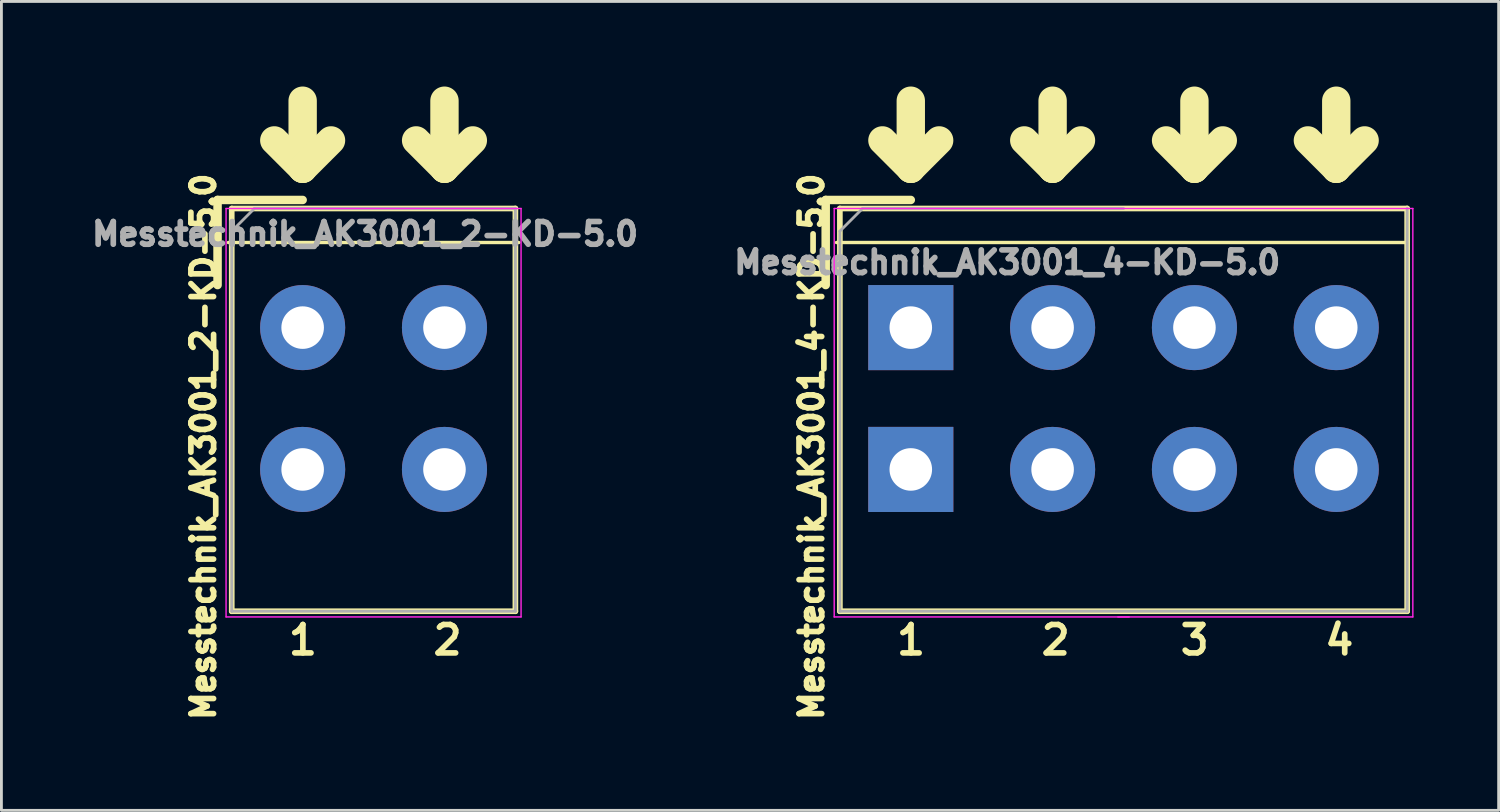
<source format=kicad_pcb>
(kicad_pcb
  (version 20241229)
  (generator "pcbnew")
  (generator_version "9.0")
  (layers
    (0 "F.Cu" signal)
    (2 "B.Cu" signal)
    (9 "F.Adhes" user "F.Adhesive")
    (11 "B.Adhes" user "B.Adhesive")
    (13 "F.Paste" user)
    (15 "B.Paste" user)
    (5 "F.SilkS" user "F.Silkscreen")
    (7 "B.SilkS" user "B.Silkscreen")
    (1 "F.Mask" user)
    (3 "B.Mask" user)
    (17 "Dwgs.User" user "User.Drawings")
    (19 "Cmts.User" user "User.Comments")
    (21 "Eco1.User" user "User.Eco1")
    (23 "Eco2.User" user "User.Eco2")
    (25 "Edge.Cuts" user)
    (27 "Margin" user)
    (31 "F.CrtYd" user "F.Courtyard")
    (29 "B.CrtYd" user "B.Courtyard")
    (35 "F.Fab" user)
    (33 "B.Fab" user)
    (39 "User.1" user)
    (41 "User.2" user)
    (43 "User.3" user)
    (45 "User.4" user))
  (footprint "Messtechnik_AK3001_2-KD-5.0"
    (layer "F.Cu")
    (at 7.62 8.5)
    (property "Reference" "Messtechnik_AK3001_2-KD-5.0" (at -3.5 4.2 270) (layer "F.SilkS") (effects (font (size 0.8 0.8) (thickness 0.2) (bold yes))))
    (attr through_hole)
    (fp_line (start -3 -4.5) (end 0 -4.5) (stroke (width 0.3) (type solid)) (layer "F.SilkS"))
    (fp_line (start -3 -1.5) (end -3 -4.5) (stroke (width 0.3) (type solid)) (layer "F.SilkS"))
    (fp_line (start -2.62 -3) (end 7.62 -3) (stroke (width 0.12) (type solid)) (layer "F.SilkS"))
    (fp_line (start -2.5 -4.2) (end -2.5 10) (stroke (width 0.2) (type solid)) (layer "F.SilkS"))
    (fp_line (start -2.5 -4.2) (end 7.5 -4.2) (stroke (width 0.2) (type solid)) (layer "F.SilkS"))
    (fp_line (start -2.5 10) (end 7.5 10) (stroke (width 0.2) (type solid)) (layer "F.SilkS"))
    (fp_line (start 0 -8) (end 0 -6) (stroke (width 1) (type default)) (layer "F.SilkS"))
    (fp_line (start 0 -7.6) (end 0 -5.6) (stroke (width 0.1) (type default)) (layer "F.SilkS"))
    (fp_line (start 0 -5.6) (end -1 -6.6) (stroke (width 1) (type default)) (layer "F.SilkS"))
    (fp_line (start 0 -5.6) (end 0 -5.6) (stroke (width 1) (type default)) (layer "F.SilkS"))
    (fp_line (start 0 -5.6) (end 1 -6.6) (stroke (width 1) (type default)) (layer "F.SilkS"))
    (fp_line (start 5 -8) (end 5 -6) (stroke (width 1) (type default)) (layer "F.SilkS"))
    (fp_line (start 5 -7.6) (end 5 -5.6) (stroke (width 0.1) (type default)) (layer "F.SilkS"))
    (fp_line (start 5 -5.6) (end 4 -6.6) (stroke (width 1) (type default)) (layer "F.SilkS"))
    (fp_line (start 5 -5.6) (end 5 -5.6) (stroke (width 1) (type default)) (layer "F.SilkS"))
    (fp_line (start 5 -5.6) (end 6 -6.6) (stroke (width 1) (type default)) (layer "F.SilkS"))
    (fp_line (start 7.5 -4.2) (end 7.5 10) (stroke (width 0.2) (type solid)) (layer "F.SilkS"))
    (fp_line (start -2.7 -4.2) (end -2.7 10.2) (stroke (width 0.05) (type solid)) (layer "F.CrtYd"))
    (fp_line (start -2.7 -4.2) (end 7.7 -4.2) (stroke (width 0.05) (type solid)) (layer "F.CrtYd"))
    (fp_line (start -2.7 10.2) (end 7.7 10.2) (stroke (width 0.05) (type solid)) (layer "F.CrtYd"))
    (fp_line (start 7.7 -4.2) (end 7.7 10.2) (stroke (width 0.05) (type solid)) (layer "F.CrtYd"))
    (fp_line (start -2.5 -3.4) (end -1.7 -4.2) (stroke (width 0.1) (type solid)) (layer "F.Fab"))
    (fp_line (start -2.5 10) (end -2.5 -3.4) (stroke (width 0.1) (type solid)) (layer "F.Fab"))
    (fp_line (start -1.7 -4.2) (end 7.5 -4.2) (stroke (width 0.1) (type solid)) (layer "F.Fab"))
    (fp_line (start 7.5 -4.2) (end 7.5 10) (stroke (width 0.1) (type solid)) (layer "F.Fab"))
    (fp_line (start 7.5 10) (end -2.5 10) (stroke (width 0.1) (type solid)) (layer "F.Fab"))
    (fp_text user "2" (at 4.5 11.6 0) (unlocked yes) (layer "F.SilkS") (effects (font (size 1 1) (thickness 0.2) (bold yes)) (justify left bottom)))
    (fp_text user "1" (at -0.6 11.6 0) (unlocked yes) (layer "F.SilkS") (effects (font (size 1 1) (thickness 0.2) (bold yes)) (justify left bottom)))
    (fp_text user "${REFERENCE}" (at 2.2 -3.3 180) (layer "F.Fab") (effects (font (size 0.8 0.8) (thickness 0.2) (bold yes))))
    (pad "1" thru_hole circle (at 0 0) (size 3 3) (drill 1.5) (layers "*.Cu" "*.Mask"))
    (pad "1" thru_hole circle (at 0 5) (size 3 3) (drill 1.5) (layers "*.Cu" "*.Mask"))
    (pad "2" thru_hole circle (at 5 0) (size 3 3) (drill 1.5) (layers "*.Cu" "*.Mask"))
    (pad "2" thru_hole circle (at 5 5) (size 3 3) (drill 1.5) (layers "*.Cu" "*.Mask")))
  (footprint "Messtechnik_AK3001_4-KD-5.0"
    (layer "F.Cu")
    (at 29.06 8.5)
    (property "Reference" "Messtechnik_AK3001_4-KD-5.0" (at -3.5 4.2 270) (layer "F.SilkS") (effects (font (size 0.8 0.8) (thickness 0.2) (bold yes))))
    (attr through_hole)
    (fp_line (start -3 -4.5) (end 0 -4.5) (stroke (width 0.3) (type solid)) (layer "F.SilkS"))
    (fp_line (start -3 -1.5) (end -3 -4.5) (stroke (width 0.3) (type solid)) (layer "F.SilkS"))
    (fp_line (start -2.62 -3) (end 17.5 -3) (stroke (width 0.12) (type solid)) (layer "F.SilkS"))
    (fp_line (start -2.5 -4.2) (end -2.5 10) (stroke (width 0.2) (type solid)) (layer "F.SilkS"))
    (fp_line (start -2.5 -4.2) (end 17.5 -4.2) (stroke (width 0.2) (type solid)) (layer "F.SilkS"))
    (fp_line (start -2.5 10) (end 17.5 10) (stroke (width 0.2) (type solid)) (layer "F.SilkS"))
    (fp_line (start 0 -8) (end 0 -6) (stroke (width 1) (type default)) (layer "F.SilkS"))
    (fp_line (start 0 -7.6) (end 0 -5.6) (stroke (width 0.1) (type default)) (layer "F.SilkS"))
    (fp_line (start 0 -5.6) (end -1 -6.6) (stroke (width 1) (type default)) (layer "F.SilkS"))
    (fp_line (start 0 -5.6) (end 0 -5.6) (stroke (width 1) (type default)) (layer "F.SilkS"))
    (fp_line (start 0 -5.6) (end 1 -6.6) (stroke (width 1) (type default)) (layer "F.SilkS"))
    (fp_line (start 5 -8) (end 5 -6) (stroke (width 1) (type default)) (layer "F.SilkS"))
    (fp_line (start 5 -5.6) (end 4 -6.6) (stroke (width 1) (type default)) (layer "F.SilkS"))
    (fp_line (start 5 -5.6) (end 5 -5.6) (stroke (width 1) (type default)) (layer "F.SilkS"))
    (fp_line (start 5 -5.6) (end 6 -6.6) (stroke (width 1) (type default)) (layer "F.SilkS"))
    (fp_line (start 10 -8) (end 10 -6) (stroke (width 1) (type default)) (layer "F.SilkS"))
    (fp_line (start 10 -7.6) (end 10 -5.6) (stroke (width 0.1) (type default)) (layer "F.SilkS"))
    (fp_line (start 10 -5.6) (end 9 -6.6) (stroke (width 1) (type default)) (layer "F.SilkS"))
    (fp_line (start 10 -5.6) (end 10 -5.6) (stroke (width 1) (type default)) (layer "F.SilkS"))
    (fp_line (start 10 -5.6) (end 11 -6.6) (stroke (width 1) (type default)) (layer "F.SilkS"))
    (fp_line (start 15 -8) (end 15 -6) (stroke (width 1) (type default)) (layer "F.SilkS"))
    (fp_line (start 15 -5.6) (end 14 -6.6) (stroke (width 1) (type default)) (layer "F.SilkS"))
    (fp_line (start 15 -5.6) (end 15 -5.6) (stroke (width 1) (type default)) (layer "F.SilkS"))
    (fp_line (start 15 -5.6) (end 16 -6.6) (stroke (width 1) (type default)) (layer "F.SilkS"))
    (fp_line (start 17.5 -4.2) (end 17.5 10) (stroke (width 0.2) (type solid)) (layer "F.SilkS"))
    (fp_line (start -2.7 -4.2) (end -2.7 10.2) (stroke (width 0.05) (type solid)) (layer "F.CrtYd"))
    (fp_line (start -2.7 -4.2) (end 17.7 -4.2) (stroke (width 0.05) (type solid)) (layer "F.CrtYd"))
    (fp_line (start -2.7 10.2) (end 7.7 10.2) (stroke (width 0.05) (type solid)) (layer "F.CrtYd"))
    (fp_line (start 7.3 10.2) (end 17.7 10.2) (stroke (width 0.05) (type solid)) (layer "F.CrtYd"))
    (fp_line (start 17.7 -4.2) (end 17.7 10.2) (stroke (width 0.05) (type solid)) (layer "F.CrtYd"))
    (fp_line (start -2.5 -3.4) (end -1.7 -4.2) (stroke (width 0.1) (type solid)) (layer "F.Fab"))
    (fp_line (start -2.5 10) (end -2.5 -3.4) (stroke (width 0.1) (type solid)) (layer "F.Fab"))
    (fp_line (start -1.7 -4.2) (end 7.5 -4.2) (stroke (width 0.1) (type solid)) (layer "F.Fab"))
    (fp_line (start 17.5 -4.2) (end 17.5 10) (stroke (width 0.1) (type solid)) (layer "F.Fab"))
    (fp_line (start 17.5 10) (end -2.5 10) (stroke (width 0.1) (type solid)) (layer "F.Fab"))
    (fp_text user "4" (at 14.5 11.6 0) (unlocked yes) (layer "F.SilkS") (effects (font (size 1 1) (thickness 0.2) (bold yes)) (justify left bottom)))
    (fp_text user "3" (at 9.4 11.6 0) (unlocked yes) (layer "F.SilkS") (effects (font (size 1 1) (thickness 0.2) (bold yes)) (justify left bottom)))
    (fp_text user "2" (at 4.5 11.6 0) (unlocked yes) (layer "F.SilkS") (effects (font (size 1 1) (thickness 0.2) (bold yes)) (justify left bottom)))
    (fp_text user "1" (at -0.6 11.6 0) (unlocked yes) (layer "F.SilkS") (effects (font (size 1 1) (thickness 0.2) (bold yes)) (justify left bottom)))
    (fp_text user "${REFERENCE}" (at 3.4 -2.3 180) (layer "F.Fab") (effects (font (size 0.8 0.8) (thickness 0.2) (bold yes))))
    (pad "1" thru_hole rect (at 0 0) (size 3 3) (drill 1.5) (layers "*.Cu" "*.Mask"))
    (pad "1" thru_hole rect (at 0 5) (size 3 3) (drill 1.5) (layers "*.Cu" "*.Mask"))
    (pad "2" thru_hole circle (at 5 0) (size 3 3) (drill 1.5) (layers "*.Cu" "*.Mask"))
    (pad "2" thru_hole circle (at 5 5) (size 3 3) (drill 1.5) (layers "*.Cu" "*.Mask"))
    (pad "3" thru_hole circle (at 10 0) (size 3 3) (drill 1.5) (layers "*.Cu" "*.Mask"))
    (pad "3" thru_hole circle (at 10 5) (size 3 3) (drill 1.5) (layers "*.Cu" "*.Mask"))
    (pad "4" thru_hole circle (at 15 0) (size 3 3) (drill 1.5) (layers "*.Cu" "*.Mask"))
    (pad "4" thru_hole circle (at 15 5) (size 3 3) (drill 1.5) (layers "*.Cu" "*.Mask")))
  (gr_rect
    (start -3 -3)
    (end 49.785 25.52)
    (stroke (width 0.1) (type default))
    (fill no)
    (layer "Edge.Cuts")))
</source>
